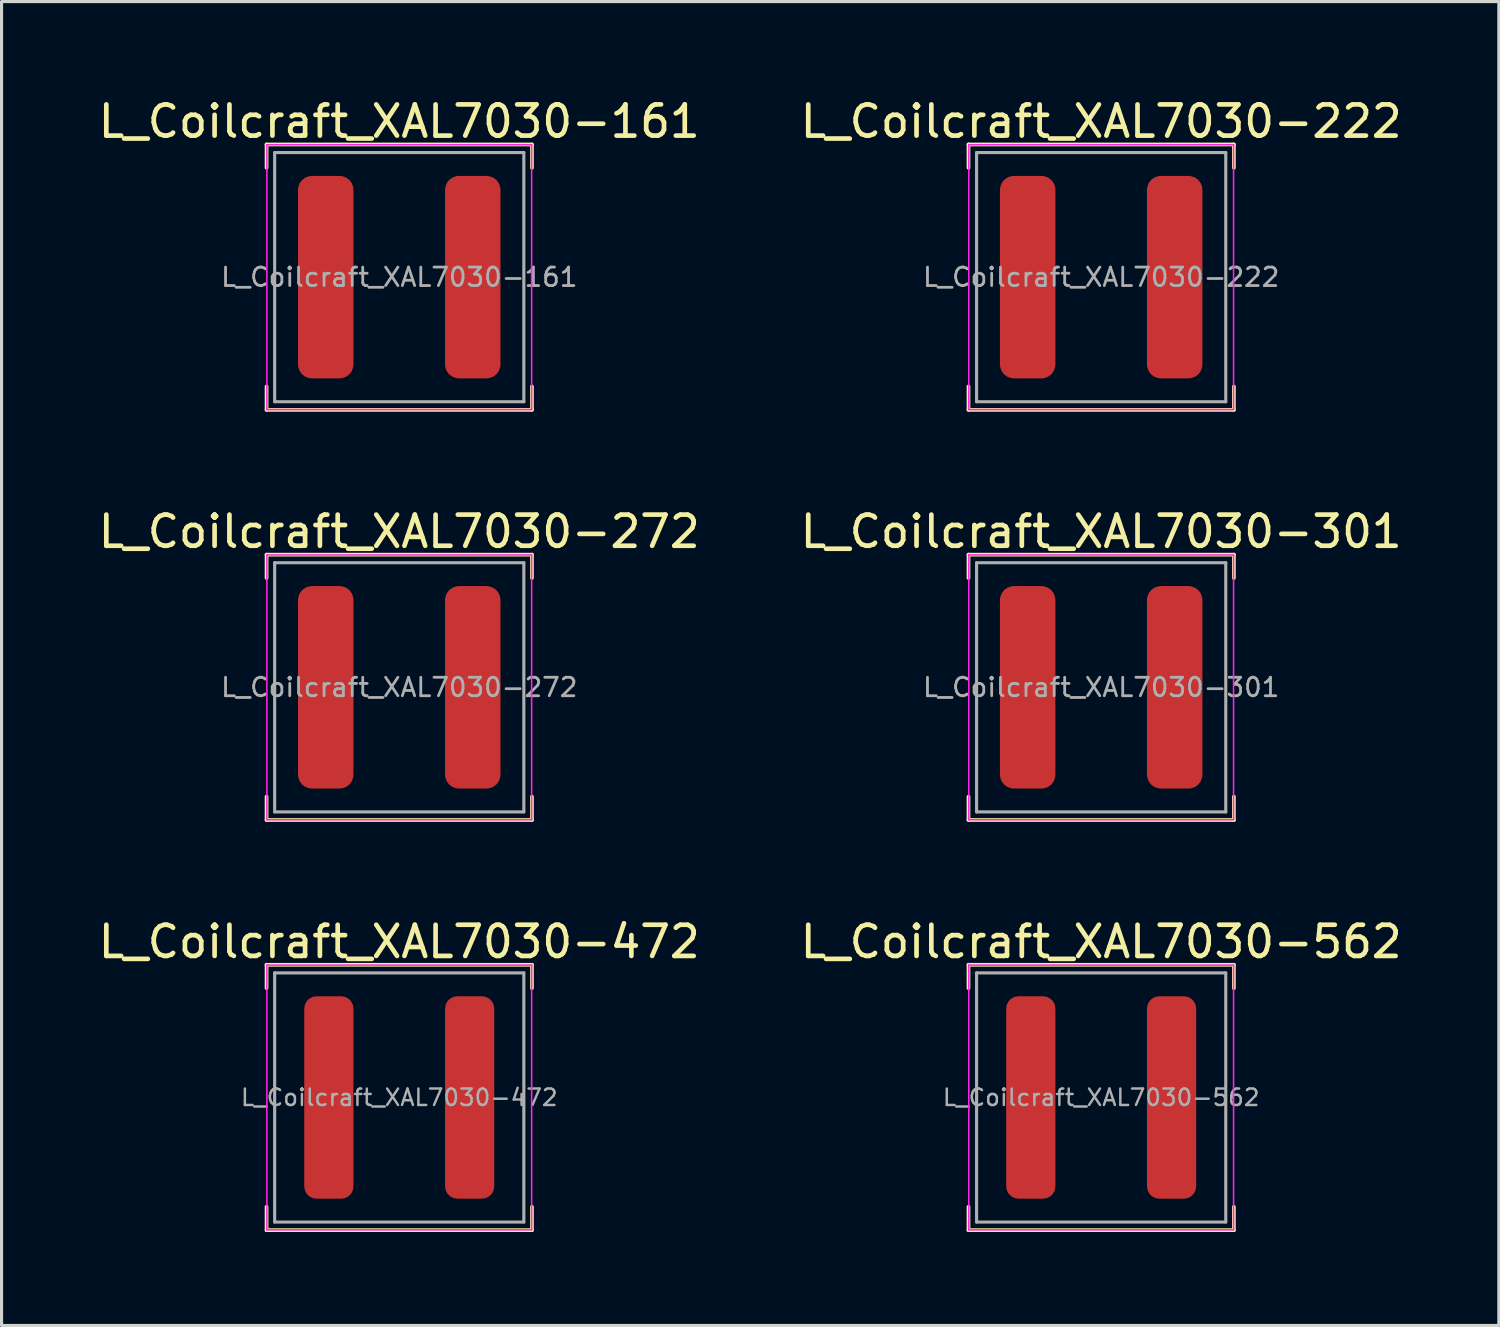
<source format=kicad_pcb>
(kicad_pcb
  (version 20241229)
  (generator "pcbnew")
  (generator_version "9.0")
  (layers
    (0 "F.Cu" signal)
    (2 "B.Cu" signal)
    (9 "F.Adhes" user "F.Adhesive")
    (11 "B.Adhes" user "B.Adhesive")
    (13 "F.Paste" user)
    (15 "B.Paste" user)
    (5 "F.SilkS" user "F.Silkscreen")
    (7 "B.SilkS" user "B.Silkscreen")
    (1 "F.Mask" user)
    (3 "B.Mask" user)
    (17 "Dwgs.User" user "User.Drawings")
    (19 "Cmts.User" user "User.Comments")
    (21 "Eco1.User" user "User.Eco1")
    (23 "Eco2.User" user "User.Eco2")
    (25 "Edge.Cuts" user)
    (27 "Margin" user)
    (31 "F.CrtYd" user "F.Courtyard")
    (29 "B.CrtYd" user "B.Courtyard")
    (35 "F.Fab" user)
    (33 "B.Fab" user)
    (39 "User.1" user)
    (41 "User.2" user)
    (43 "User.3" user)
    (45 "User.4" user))
  (footprint "L_Coilcraft_XAL7030-222"
    (layer "F.Cu")
    (at 32.304 5.848)
    (property "Reference" "L_Coilcraft_XAL7030-222" (at 0 -5 0) (layer "F.SilkS") (effects (font (size 1 1) (thickness 0.15))))
    (attr smd)
    (fp_line (start -4.26 -4.26) (end -4.26 -3.51) (stroke (width 0.12) (type solid)) (layer "F.SilkS"))
    (fp_line (start -4.26 -4.26) (end 4.26 -4.26) (stroke (width 0.12) (type solid)) (layer "F.SilkS"))
    (fp_line (start -4.26 4.26) (end -4.26 3.51) (stroke (width 0.12) (type solid)) (layer "F.SilkS"))
    (fp_line (start -4.26 4.26) (end 4.26 4.26) (stroke (width 0.12) (type solid)) (layer "F.SilkS"))
    (fp_line (start 4.26 -4.26) (end 4.26 -3.51) (stroke (width 0.12) (type solid)) (layer "F.SilkS"))
    (fp_line (start 4.26 4.26) (end 4.26 3.51) (stroke (width 0.12) (type solid)) (layer "F.SilkS"))
    (fp_line (start -4.25 -4.25) (end -4.25 4.25) (stroke (width 0.05) (type solid)) (layer "F.CrtYd"))
    (fp_line (start -4.25 4.25) (end 4.25 4.25) (stroke (width 0.05) (type solid)) (layer "F.CrtYd"))
    (fp_line (start 4.25 -4.25) (end -4.25 -4.25) (stroke (width 0.05) (type solid)) (layer "F.CrtYd"))
    (fp_line (start 4.25 4.25) (end 4.25 -4.25) (stroke (width 0.05) (type solid)) (layer "F.CrtYd"))
    (fp_line (start -4 -4) (end -4 4) (stroke (width 0.1) (type solid)) (layer "F.Fab"))
    (fp_line (start -4 4) (end 4 4) (stroke (width 0.1) (type solid)) (layer "F.Fab"))
    (fp_line (start 4 -4) (end -4 -4) (stroke (width 0.1) (type solid)) (layer "F.Fab"))
    (fp_line (start 4 4) (end 4 -4) (stroke (width 0.1) (type solid)) (layer "F.Fab"))
    (fp_text user "${REFERENCE}" (at 0 0 0) (layer "F.Fab") (effects (font (size 0.593 0.593) (thickness 0.089))))
    (pad "1" smd roundrect (at -2.36 0) (size 1.78 6.5) (layers "F.Cu" "F.Mask" "F.Paste") (roundrect_rratio 0.25))
    (pad "2" smd roundrect (at 2.36 0) (size 1.78 6.5) (layers "F.Cu" "F.Mask" "F.Paste") (roundrect_rratio 0.25)))
  (footprint "L_Coilcraft_XAL7030-472"
    (layer "F.Cu")
    (at 9.768 32.185)
    (property "Reference" "L_Coilcraft_XAL7030-472" (at 0 -5 0) (layer "F.SilkS") (effects (font (size 1 1) (thickness 0.15))))
    (attr smd)
    (fp_line (start -4.26 -4.26) (end -4.26 -3.51) (stroke (width 0.12) (type solid)) (layer "F.SilkS"))
    (fp_line (start -4.26 -4.26) (end 4.26 -4.26) (stroke (width 0.12) (type solid)) (layer "F.SilkS"))
    (fp_line (start -4.26 4.26) (end -4.26 3.51) (stroke (width 0.12) (type solid)) (layer "F.SilkS"))
    (fp_line (start -4.26 4.26) (end 4.26 4.26) (stroke (width 0.12) (type solid)) (layer "F.SilkS"))
    (fp_line (start 4.26 -4.26) (end 4.26 -3.51) (stroke (width 0.12) (type solid)) (layer "F.SilkS"))
    (fp_line (start 4.26 4.26) (end 4.26 3.51) (stroke (width 0.12) (type solid)) (layer "F.SilkS"))
    (fp_line (start -4.25 -4.25) (end -4.25 4.25) (stroke (width 0.05) (type solid)) (layer "F.CrtYd"))
    (fp_line (start -4.25 4.25) (end 4.25 4.25) (stroke (width 0.05) (type solid)) (layer "F.CrtYd"))
    (fp_line (start 4.25 -4.25) (end -4.25 -4.25) (stroke (width 0.05) (type solid)) (layer "F.CrtYd"))
    (fp_line (start 4.25 4.25) (end 4.25 -4.25) (stroke (width 0.05) (type solid)) (layer "F.CrtYd"))
    (fp_line (start -4 -4) (end -4 4) (stroke (width 0.1) (type solid)) (layer "F.Fab"))
    (fp_line (start -4 4) (end 4 4) (stroke (width 0.1) (type solid)) (layer "F.Fab"))
    (fp_line (start 4 -4) (end -4 -4) (stroke (width 0.1) (type solid)) (layer "F.Fab"))
    (fp_line (start 4 4) (end 4 -4) (stroke (width 0.1) (type solid)) (layer "F.Fab"))
    (fp_text user "${REFERENCE}" (at 0 0 0) (layer "F.Fab") (effects (font (size 0.527 0.527) (thickness 0.079))))
    (pad "1" smd roundrect (at -2.26 0) (size 1.58 6.5) (layers "F.Cu" "F.Mask" "F.Paste") (roundrect_rratio 0.25))
    (pad "2" smd roundrect (at 2.26 0) (size 1.58 6.5) (layers "F.Cu" "F.Mask" "F.Paste") (roundrect_rratio 0.25)))
  (footprint "L_Coilcraft_XAL7030-161"
    (layer "F.Cu")
    (at 9.768 5.848)
    (property "Reference" "L_Coilcraft_XAL7030-161" (at 0 -5 0) (layer "F.SilkS") (effects (font (size 1 1) (thickness 0.15))))
    (attr smd)
    (fp_line (start -4.26 -4.26) (end -4.26 -3.51) (stroke (width 0.12) (type solid)) (layer "F.SilkS"))
    (fp_line (start -4.26 -4.26) (end 4.26 -4.26) (stroke (width 0.12) (type solid)) (layer "F.SilkS"))
    (fp_line (start -4.26 4.26) (end -4.26 3.51) (stroke (width 0.12) (type solid)) (layer "F.SilkS"))
    (fp_line (start -4.26 4.26) (end 4.26 4.26) (stroke (width 0.12) (type solid)) (layer "F.SilkS"))
    (fp_line (start 4.26 -4.26) (end 4.26 -3.51) (stroke (width 0.12) (type solid)) (layer "F.SilkS"))
    (fp_line (start 4.26 4.26) (end 4.26 3.51) (stroke (width 0.12) (type solid)) (layer "F.SilkS"))
    (fp_line (start -4.25 -4.25) (end -4.25 4.25) (stroke (width 0.05) (type solid)) (layer "F.CrtYd"))
    (fp_line (start -4.25 4.25) (end 4.25 4.25) (stroke (width 0.05) (type solid)) (layer "F.CrtYd"))
    (fp_line (start 4.25 -4.25) (end -4.25 -4.25) (stroke (width 0.05) (type solid)) (layer "F.CrtYd"))
    (fp_line (start 4.25 4.25) (end 4.25 -4.25) (stroke (width 0.05) (type solid)) (layer "F.CrtYd"))
    (fp_line (start -4 -4) (end -4 4) (stroke (width 0.1) (type solid)) (layer "F.Fab"))
    (fp_line (start -4 4) (end 4 4) (stroke (width 0.1) (type solid)) (layer "F.Fab"))
    (fp_line (start 4 -4) (end -4 -4) (stroke (width 0.1) (type solid)) (layer "F.Fab"))
    (fp_line (start 4 4) (end 4 -4) (stroke (width 0.1) (type solid)) (layer "F.Fab"))
    (fp_text user "${REFERENCE}" (at 0 0 0) (layer "F.Fab") (effects (font (size 0.593 0.593) (thickness 0.089))))
    (pad "1" smd roundrect (at -2.36 0) (size 1.78 6.5) (layers "F.Cu" "F.Mask" "F.Paste") (roundrect_rratio 0.25))
    (pad "2" smd roundrect (at 2.36 0) (size 1.78 6.5) (layers "F.Cu" "F.Mask" "F.Paste") (roundrect_rratio 0.25)))
  (footprint "L_Coilcraft_XAL7030-562"
    (layer "F.Cu")
    (at 32.304 32.185)
    (property "Reference" "L_Coilcraft_XAL7030-562" (at 0 -5 0) (layer "F.SilkS") (effects (font (size 1 1) (thickness 0.15))))
    (attr smd)
    (fp_line (start -4.26 -4.26) (end -4.26 -3.51) (stroke (width 0.12) (type solid)) (layer "F.SilkS"))
    (fp_line (start -4.26 -4.26) (end 4.26 -4.26) (stroke (width 0.12) (type solid)) (layer "F.SilkS"))
    (fp_line (start -4.26 4.26) (end -4.26 3.51) (stroke (width 0.12) (type solid)) (layer "F.SilkS"))
    (fp_line (start -4.26 4.26) (end 4.26 4.26) (stroke (width 0.12) (type solid)) (layer "F.SilkS"))
    (fp_line (start 4.26 -4.26) (end 4.26 -3.51) (stroke (width 0.12) (type solid)) (layer "F.SilkS"))
    (fp_line (start 4.26 4.26) (end 4.26 3.51) (stroke (width 0.12) (type solid)) (layer "F.SilkS"))
    (fp_line (start -4.25 -4.25) (end -4.25 4.25) (stroke (width 0.05) (type solid)) (layer "F.CrtYd"))
    (fp_line (start -4.25 4.25) (end 4.25 4.25) (stroke (width 0.05) (type solid)) (layer "F.CrtYd"))
    (fp_line (start 4.25 -4.25) (end -4.25 -4.25) (stroke (width 0.05) (type solid)) (layer "F.CrtYd"))
    (fp_line (start 4.25 4.25) (end 4.25 -4.25) (stroke (width 0.05) (type solid)) (layer "F.CrtYd"))
    (fp_line (start -4 -4) (end -4 4) (stroke (width 0.1) (type solid)) (layer "F.Fab"))
    (fp_line (start -4 4) (end 4 4) (stroke (width 0.1) (type solid)) (layer "F.Fab"))
    (fp_line (start 4 -4) (end -4 -4) (stroke (width 0.1) (type solid)) (layer "F.Fab"))
    (fp_line (start 4 4) (end 4 -4) (stroke (width 0.1) (type solid)) (layer "F.Fab"))
    (fp_text user "${REFERENCE}" (at 0 0 0) (layer "F.Fab") (effects (font (size 0.527 0.527) (thickness 0.079))))
    (pad "1" smd roundrect (at -2.26 0) (size 1.58 6.5) (layers "F.Cu" "F.Mask" "F.Paste") (roundrect_rratio 0.25))
    (pad "2" smd roundrect (at 2.26 0) (size 1.58 6.5) (layers "F.Cu" "F.Mask" "F.Paste") (roundrect_rratio 0.25)))
  (footprint "L_Coilcraft_XAL7030-301"
    (layer "F.Cu")
    (at 32.304 19.017)
    (property "Reference" "L_Coilcraft_XAL7030-301" (at 0 -5 0) (layer "F.SilkS") (effects (font (size 1 1) (thickness 0.15))))
    (attr smd)
    (fp_line (start -4.26 -4.26) (end -4.26 -3.51) (stroke (width 0.12) (type solid)) (layer "F.SilkS"))
    (fp_line (start -4.26 -4.26) (end 4.26 -4.26) (stroke (width 0.12) (type solid)) (layer "F.SilkS"))
    (fp_line (start -4.26 4.26) (end -4.26 3.51) (stroke (width 0.12) (type solid)) (layer "F.SilkS"))
    (fp_line (start -4.26 4.26) (end 4.26 4.26) (stroke (width 0.12) (type solid)) (layer "F.SilkS"))
    (fp_line (start 4.26 -4.26) (end 4.26 -3.51) (stroke (width 0.12) (type solid)) (layer "F.SilkS"))
    (fp_line (start 4.26 4.26) (end 4.26 3.51) (stroke (width 0.12) (type solid)) (layer "F.SilkS"))
    (fp_line (start -4.25 -4.25) (end -4.25 4.25) (stroke (width 0.05) (type solid)) (layer "F.CrtYd"))
    (fp_line (start -4.25 4.25) (end 4.25 4.25) (stroke (width 0.05) (type solid)) (layer "F.CrtYd"))
    (fp_line (start 4.25 -4.25) (end -4.25 -4.25) (stroke (width 0.05) (type solid)) (layer "F.CrtYd"))
    (fp_line (start 4.25 4.25) (end 4.25 -4.25) (stroke (width 0.05) (type solid)) (layer "F.CrtYd"))
    (fp_line (start -4 -4) (end -4 4) (stroke (width 0.1) (type solid)) (layer "F.Fab"))
    (fp_line (start -4 4) (end 4 4) (stroke (width 0.1) (type solid)) (layer "F.Fab"))
    (fp_line (start 4 -4) (end -4 -4) (stroke (width 0.1) (type solid)) (layer "F.Fab"))
    (fp_line (start 4 4) (end 4 -4) (stroke (width 0.1) (type solid)) (layer "F.Fab"))
    (fp_text user "${REFERENCE}" (at 0 0 0) (layer "F.Fab") (effects (font (size 0.593 0.593) (thickness 0.089))))
    (pad "1" smd roundrect (at -2.36 0) (size 1.78 6.5) (layers "F.Cu" "F.Mask" "F.Paste") (roundrect_rratio 0.25))
    (pad "2" smd roundrect (at 2.36 0) (size 1.78 6.5) (layers "F.Cu" "F.Mask" "F.Paste") (roundrect_rratio 0.25)))
  (footprint "L_Coilcraft_XAL7030-272"
    (layer "F.Cu")
    (at 9.768 19.017)
    (property "Reference" "L_Coilcraft_XAL7030-272" (at 0 -5 0) (layer "F.SilkS") (effects (font (size 1 1) (thickness 0.15))))
    (attr smd)
    (fp_line (start -4.26 -4.26) (end -4.26 -3.51) (stroke (width 0.12) (type solid)) (layer "F.SilkS"))
    (fp_line (start -4.26 -4.26) (end 4.26 -4.26) (stroke (width 0.12) (type solid)) (layer "F.SilkS"))
    (fp_line (start -4.26 4.26) (end -4.26 3.51) (stroke (width 0.12) (type solid)) (layer "F.SilkS"))
    (fp_line (start -4.26 4.26) (end 4.26 4.26) (stroke (width 0.12) (type solid)) (layer "F.SilkS"))
    (fp_line (start 4.26 -4.26) (end 4.26 -3.51) (stroke (width 0.12) (type solid)) (layer "F.SilkS"))
    (fp_line (start 4.26 4.26) (end 4.26 3.51) (stroke (width 0.12) (type solid)) (layer "F.SilkS"))
    (fp_line (start -4.25 -4.25) (end -4.25 4.25) (stroke (width 0.05) (type solid)) (layer "F.CrtYd"))
    (fp_line (start -4.25 4.25) (end 4.25 4.25) (stroke (width 0.05) (type solid)) (layer "F.CrtYd"))
    (fp_line (start 4.25 -4.25) (end -4.25 -4.25) (stroke (width 0.05) (type solid)) (layer "F.CrtYd"))
    (fp_line (start 4.25 4.25) (end 4.25 -4.25) (stroke (width 0.05) (type solid)) (layer "F.CrtYd"))
    (fp_line (start -4 -4) (end -4 4) (stroke (width 0.1) (type solid)) (layer "F.Fab"))
    (fp_line (start -4 4) (end 4 4) (stroke (width 0.1) (type solid)) (layer "F.Fab"))
    (fp_line (start 4 -4) (end -4 -4) (stroke (width 0.1) (type solid)) (layer "F.Fab"))
    (fp_line (start 4 4) (end 4 -4) (stroke (width 0.1) (type solid)) (layer "F.Fab"))
    (fp_text user "${REFERENCE}" (at 0 0 0) (layer "F.Fab") (effects (font (size 0.593 0.593) (thickness 0.089))))
    (pad "1" smd roundrect (at -2.36 0) (size 1.78 6.5) (layers "F.Cu" "F.Mask" "F.Paste") (roundrect_rratio 0.25))
    (pad "2" smd roundrect (at 2.36 0) (size 1.78 6.5) (layers "F.Cu" "F.Mask" "F.Paste") (roundrect_rratio 0.25)))
  (gr_rect
    (start -3 -3)
    (end 45.071 39.505)
    (stroke (width 0.1) (type default))
    (fill no)
    (layer "Edge.Cuts")))
</source>
